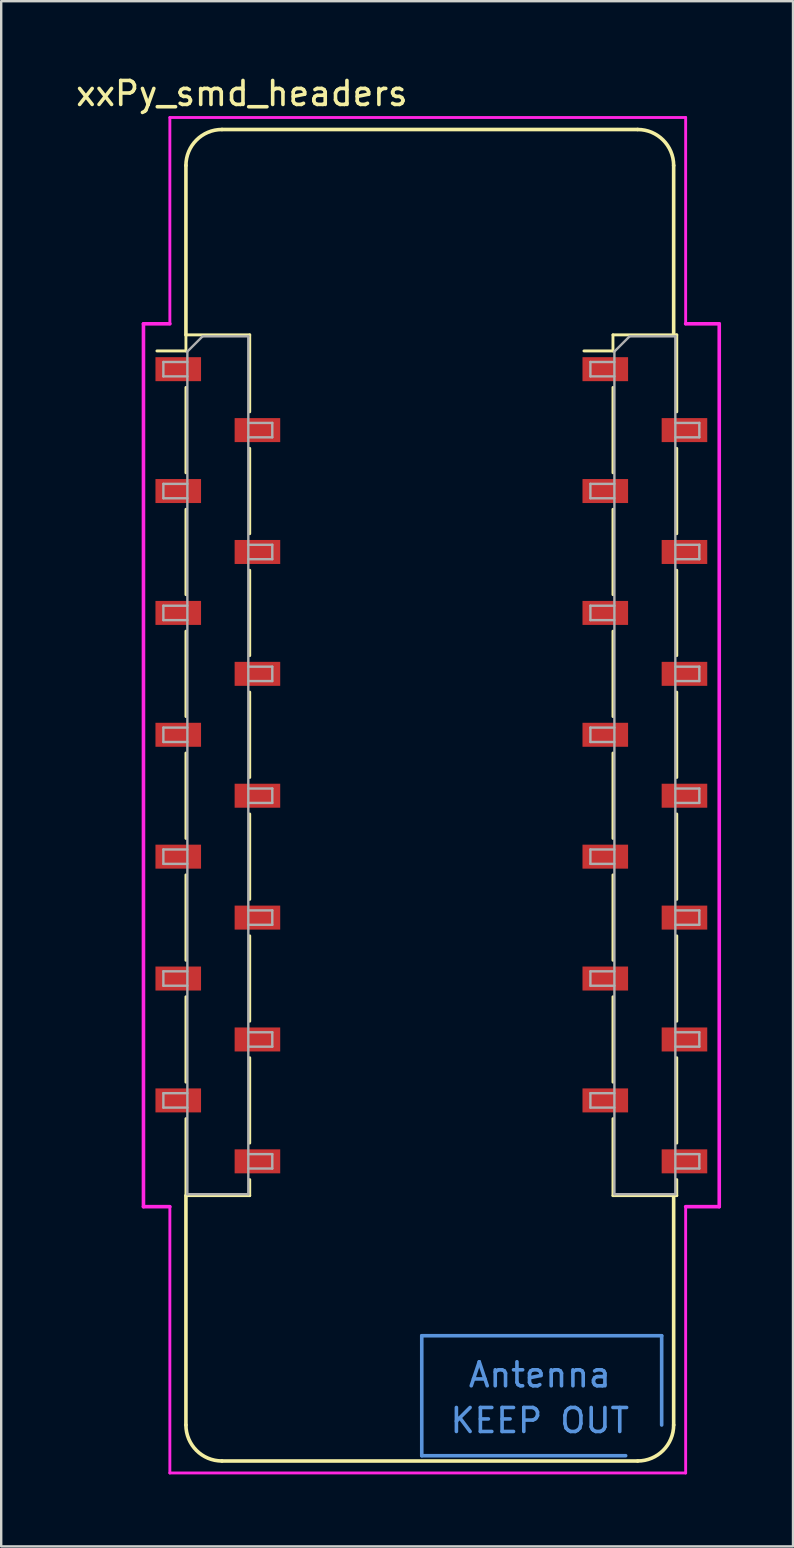
<source format=kicad_pcb>
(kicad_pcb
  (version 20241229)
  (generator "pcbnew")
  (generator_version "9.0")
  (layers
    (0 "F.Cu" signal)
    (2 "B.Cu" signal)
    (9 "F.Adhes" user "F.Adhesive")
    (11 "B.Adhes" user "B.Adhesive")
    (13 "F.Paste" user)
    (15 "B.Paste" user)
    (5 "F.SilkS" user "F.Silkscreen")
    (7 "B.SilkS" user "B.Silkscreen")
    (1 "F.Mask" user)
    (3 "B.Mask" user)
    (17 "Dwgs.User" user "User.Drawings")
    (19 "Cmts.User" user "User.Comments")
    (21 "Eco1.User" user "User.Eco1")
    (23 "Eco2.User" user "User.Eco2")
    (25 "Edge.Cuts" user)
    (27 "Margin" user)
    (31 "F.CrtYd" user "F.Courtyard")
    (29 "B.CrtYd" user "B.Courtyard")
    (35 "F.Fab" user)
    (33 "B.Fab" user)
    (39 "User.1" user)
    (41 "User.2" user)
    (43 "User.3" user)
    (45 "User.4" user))
  (footprint "xxPy_smd_headers"
    (layer "F.Cu")
    (at 15.53 31.848)
    (property "Reference" "xxPy_smd_headers" (at -8.5 -31 0) (layer "F.SilkS") (effects (font (size 1 1) (thickness 0.15))))
    (attr through_hole)
    (fp_line (start -12.04 -20.27) (end -10.83 -20.27) (stroke (width 0.12) (type solid)) (layer "F.SilkS"))
    (fp_line (start -10.83 -28) (end -10.83 -20.94) (stroke (width 0.15) (type solid)) (layer "F.SilkS"))
    (fp_line (start -10.83 -20.94) (end -10.83 -20.27) (stroke (width 0.12) (type solid)) (layer "F.SilkS"))
    (fp_line (start -10.83 -20.94) (end -8.17 -20.94) (stroke (width 0.12) (type solid)) (layer "F.SilkS"))
    (fp_line (start -10.83 -18.75) (end -10.83 -15.19) (stroke (width 0.12) (type solid)) (layer "F.SilkS"))
    (fp_line (start -10.83 -13.67) (end -10.83 -10.11) (stroke (width 0.12) (type solid)) (layer "F.SilkS"))
    (fp_line (start -10.83 -8.59) (end -10.83 -5.03) (stroke (width 0.12) (type solid)) (layer "F.SilkS"))
    (fp_line (start -10.83 -3.51) (end -10.83 0.05) (stroke (width 0.12) (type solid)) (layer "F.SilkS"))
    (fp_line (start -10.83 1.57) (end -10.83 5.13) (stroke (width 0.12) (type solid)) (layer "F.SilkS"))
    (fp_line (start -10.83 6.65) (end -10.83 10.21) (stroke (width 0.12) (type solid)) (layer "F.SilkS"))
    (fp_line (start -10.83 11.73) (end -10.83 14.94) (stroke (width 0.12) (type solid)) (layer "F.SilkS"))
    (fp_line (start -10.83 14.94) (end -8.17 14.94) (stroke (width 0.12) (type solid)) (layer "F.SilkS"))
    (fp_line (start -10.83 24.5) (end -10.83 14.94) (stroke (width 0.15) (type solid)) (layer "F.SilkS"))
    (fp_line (start -9.33 -29.5) (end 8 -29.5) (stroke (width 0.15) (type solid)) (layer "F.SilkS"))
    (fp_line (start -8.17 -20.94) (end -8.17 -17.73) (stroke (width 0.12) (type solid)) (layer "F.SilkS"))
    (fp_line (start -8.17 -16.21) (end -8.17 -12.65) (stroke (width 0.12) (type solid)) (layer "F.SilkS"))
    (fp_line (start -8.17 -11.13) (end -8.17 -7.57) (stroke (width 0.12) (type solid)) (layer "F.SilkS"))
    (fp_line (start -8.17 -6.05) (end -8.17 -2.49) (stroke (width 0.12) (type solid)) (layer "F.SilkS"))
    (fp_line (start -8.17 -0.97) (end -8.17 2.59) (stroke (width 0.12) (type solid)) (layer "F.SilkS"))
    (fp_line (start -8.17 4.11) (end -8.17 7.67) (stroke (width 0.12) (type solid)) (layer "F.SilkS"))
    (fp_line (start -8.17 9.19) (end -8.17 12.75) (stroke (width 0.12) (type solid)) (layer "F.SilkS"))
    (fp_line (start -8.17 14.27) (end -8.17 14.94) (stroke (width 0.12) (type solid)) (layer "F.SilkS"))
    (fp_line (start 5.76 -20.27) (end 6.97 -20.27) (stroke (width 0.12) (type solid)) (layer "F.SilkS"))
    (fp_line (start 6.97 -20.94) (end 6.97 -20.27) (stroke (width 0.12) (type solid)) (layer "F.SilkS"))
    (fp_line (start 6.97 -20.94) (end 9.63 -20.94) (stroke (width 0.12) (type solid)) (layer "F.SilkS"))
    (fp_line (start 6.97 -18.75) (end 6.97 -15.19) (stroke (width 0.12) (type solid)) (layer "F.SilkS"))
    (fp_line (start 6.97 -13.67) (end 6.97 -10.11) (stroke (width 0.12) (type solid)) (layer "F.SilkS"))
    (fp_line (start 6.97 -8.59) (end 6.97 -5.03) (stroke (width 0.12) (type solid)) (layer "F.SilkS"))
    (fp_line (start 6.97 -3.51) (end 6.97 0.05) (stroke (width 0.12) (type solid)) (layer "F.SilkS"))
    (fp_line (start 6.97 1.57) (end 6.97 5.13) (stroke (width 0.12) (type solid)) (layer "F.SilkS"))
    (fp_line (start 6.97 6.65) (end 6.97 10.21) (stroke (width 0.12) (type solid)) (layer "F.SilkS"))
    (fp_line (start 6.97 11.73) (end 6.97 14.94) (stroke (width 0.12) (type solid)) (layer "F.SilkS"))
    (fp_line (start 6.97 14.94) (end 9.63 14.94) (stroke (width 0.12) (type solid)) (layer "F.SilkS"))
    (fp_line (start 8 26) (end -9.33 26) (stroke (width 0.15) (type solid)) (layer "F.SilkS"))
    (fp_line (start 9.5 -28) (end 9.5 -21) (stroke (width 0.15) (type solid)) (layer "F.SilkS"))
    (fp_line (start 9.5 15) (end 9.5 24.5) (stroke (width 0.15) (type solid)) (layer "F.SilkS"))
    (fp_line (start 9.63 -20.94) (end 9.63 -17.73) (stroke (width 0.12) (type solid)) (layer "F.SilkS"))
    (fp_line (start 9.63 -16.21) (end 9.63 -12.65) (stroke (width 0.12) (type solid)) (layer "F.SilkS"))
    (fp_line (start 9.63 -11.13) (end 9.63 -7.57) (stroke (width 0.12) (type solid)) (layer "F.SilkS"))
    (fp_line (start 9.63 -6.05) (end 9.63 -2.49) (stroke (width 0.12) (type solid)) (layer "F.SilkS"))
    (fp_line (start 9.63 -0.97) (end 9.63 2.59) (stroke (width 0.12) (type solid)) (layer "F.SilkS"))
    (fp_line (start 9.63 4.11) (end 9.63 7.67) (stroke (width 0.12) (type solid)) (layer "F.SilkS"))
    (fp_line (start 9.63 9.19) (end 9.63 12.75) (stroke (width 0.12) (type solid)) (layer "F.SilkS"))
    (fp_line (start 9.63 14.27) (end 9.63 14.94) (stroke (width 0.12) (type solid)) (layer "F.SilkS"))
    (fp_arc (start -10.83 -28) (mid -10.39066 -29.06066) (end -9.33 -29.5) (stroke (width 0.15) (type solid)) (layer "F.SilkS"))
    (fp_arc (start -9.33 26) (mid -10.39066 25.56066) (end -10.83 24.5) (stroke (width 0.15) (type solid)) (layer "F.SilkS"))
    (fp_arc (start 8 -29.5) (mid 9.06066 -29.06066) (end 9.5 -28) (stroke (width 0.15) (type solid)) (layer "F.SilkS"))
    (fp_arc (start 9.5 24.5) (mid 9.06066 25.56066) (end 8 26) (stroke (width 0.15) (type solid)) (layer "F.SilkS"))
    (fp_line (start -1 20.78) (end -1 25.78) (stroke (width 0.15) (type solid)) (layer "Cmts.User"))
    (fp_line (start -1 25.78) (end 7.5 25.78) (stroke (width 0.15) (type solid)) (layer "Cmts.User"))
    (fp_line (start 9 20.78) (end -1 20.78) (stroke (width 0.15) (type solid)) (layer "Cmts.User"))
    (fp_line (start 9 24.5) (end 9 20.78) (stroke (width 0.15) (type solid)) (layer "Cmts.User"))
    (fp_line (start -12.6 -21.4) (end -11.5 -21.4) (stroke (width 0.15) (type solid)) (layer "F.CrtYd"))
    (fp_line (start -12.6 15.4) (end -12.6 -21.4) (stroke (width 0.15) (type solid)) (layer "F.CrtYd"))
    (fp_line (start -11.5 -30) (end 10 -30) (stroke (width 0.12) (type solid)) (layer "F.CrtYd"))
    (fp_line (start -11.5 -21.4) (end -11.5 -30) (stroke (width 0.12) (type solid)) (layer "F.CrtYd"))
    (fp_line (start -11.5 15.4) (end -12.6 15.4) (stroke (width 0.15) (type solid)) (layer "F.CrtYd"))
    (fp_line (start -11.5 15.4) (end -11.5 26.5) (stroke (width 0.12) (type solid)) (layer "F.CrtYd"))
    (fp_line (start -11.5 26.5) (end 10 26.5) (stroke (width 0.12) (type solid)) (layer "F.CrtYd"))
    (fp_line (start 10 -30) (end 10 -21.4) (stroke (width 0.12) (type solid)) (layer "F.CrtYd"))
    (fp_line (start 10 -21.4) (end 11.4 -21.4) (stroke (width 0.15) (type solid)) (layer "F.CrtYd"))
    (fp_line (start 10 26.5) (end 10 15.4) (stroke (width 0.12) (type solid)) (layer "F.CrtYd"))
    (fp_line (start 11.4 -21.4) (end 11.4 15.4) (stroke (width 0.15) (type solid)) (layer "F.CrtYd"))
    (fp_line (start 11.4 15.4) (end 10 15.4) (stroke (width 0.15) (type solid)) (layer "F.CrtYd"))
    (fp_line (start -11.77 -19.81) (end -10.77 -19.81) (stroke (width 0.1) (type solid)) (layer "F.Fab"))
    (fp_line (start -11.77 -19.21) (end -11.77 -19.81) (stroke (width 0.1) (type solid)) (layer "F.Fab"))
    (fp_line (start -11.77 -14.73) (end -10.77 -14.73) (stroke (width 0.1) (type solid)) (layer "F.Fab"))
    (fp_line (start -11.77 -14.13) (end -11.77 -14.73) (stroke (width 0.1) (type solid)) (layer "F.Fab"))
    (fp_line (start -11.77 -9.65) (end -10.77 -9.65) (stroke (width 0.1) (type solid)) (layer "F.Fab"))
    (fp_line (start -11.77 -9.05) (end -11.77 -9.65) (stroke (width 0.1) (type solid)) (layer "F.Fab"))
    (fp_line (start -11.77 -4.57) (end -10.77 -4.57) (stroke (width 0.1) (type solid)) (layer "F.Fab"))
    (fp_line (start -11.77 -3.97) (end -11.77 -4.57) (stroke (width 0.1) (type solid)) (layer "F.Fab"))
    (fp_line (start -11.77 0.51) (end -10.77 0.51) (stroke (width 0.1) (type solid)) (layer "F.Fab"))
    (fp_line (start -11.77 1.11) (end -11.77 0.51) (stroke (width 0.1) (type solid)) (layer "F.Fab"))
    (fp_line (start -11.77 5.59) (end -10.77 5.59) (stroke (width 0.1) (type solid)) (layer "F.Fab"))
    (fp_line (start -11.77 6.19) (end -11.77 5.59) (stroke (width 0.1) (type solid)) (layer "F.Fab"))
    (fp_line (start -11.77 10.67) (end -10.77 10.67) (stroke (width 0.1) (type solid)) (layer "F.Fab"))
    (fp_line (start -11.77 11.27) (end -11.77 10.67) (stroke (width 0.1) (type solid)) (layer "F.Fab"))
    (fp_line (start -10.77 -20.245) (end -10.135 -20.88) (stroke (width 0.1) (type solid)) (layer "F.Fab"))
    (fp_line (start -10.77 -19.21) (end -11.77 -19.21) (stroke (width 0.1) (type solid)) (layer "F.Fab"))
    (fp_line (start -10.77 -14.13) (end -11.77 -14.13) (stroke (width 0.1) (type solid)) (layer "F.Fab"))
    (fp_line (start -10.77 -9.05) (end -11.77 -9.05) (stroke (width 0.1) (type solid)) (layer "F.Fab"))
    (fp_line (start -10.77 -3.97) (end -11.77 -3.97) (stroke (width 0.1) (type solid)) (layer "F.Fab"))
    (fp_line (start -10.77 1.11) (end -11.77 1.11) (stroke (width 0.1) (type solid)) (layer "F.Fab"))
    (fp_line (start -10.77 6.19) (end -11.77 6.19) (stroke (width 0.1) (type solid)) (layer "F.Fab"))
    (fp_line (start -10.77 11.27) (end -11.77 11.27) (stroke (width 0.1) (type solid)) (layer "F.Fab"))
    (fp_line (start -10.77 14.88) (end -10.77 -20.245) (stroke (width 0.1) (type solid)) (layer "F.Fab"))
    (fp_line (start -10.135 -20.88) (end -8.23 -20.88) (stroke (width 0.1) (type solid)) (layer "F.Fab"))
    (fp_line (start -8.23 -20.88) (end -8.23 14.88) (stroke (width 0.1) (type solid)) (layer "F.Fab"))
    (fp_line (start -8.23 -17.27) (end -7.23 -17.27) (stroke (width 0.1) (type solid)) (layer "F.Fab"))
    (fp_line (start -8.23 -12.19) (end -7.23 -12.19) (stroke (width 0.1) (type solid)) (layer "F.Fab"))
    (fp_line (start -8.23 -7.11) (end -7.23 -7.11) (stroke (width 0.1) (type solid)) (layer "F.Fab"))
    (fp_line (start -8.23 -2.03) (end -7.23 -2.03) (stroke (width 0.1) (type solid)) (layer "F.Fab"))
    (fp_line (start -8.23 3.05) (end -7.23 3.05) (stroke (width 0.1) (type solid)) (layer "F.Fab"))
    (fp_line (start -8.23 8.13) (end -7.23 8.13) (stroke (width 0.1) (type solid)) (layer "F.Fab"))
    (fp_line (start -8.23 13.21) (end -7.23 13.21) (stroke (width 0.1) (type solid)) (layer "F.Fab"))
    (fp_line (start -8.23 14.88) (end -10.77 14.88) (stroke (width 0.1) (type solid)) (layer "F.Fab"))
    (fp_line (start -7.23 -17.27) (end -7.23 -16.67) (stroke (width 0.1) (type solid)) (layer "F.Fab"))
    (fp_line (start -7.23 -16.67) (end -8.23 -16.67) (stroke (width 0.1) (type solid)) (layer "F.Fab"))
    (fp_line (start -7.23 -12.19) (end -7.23 -11.59) (stroke (width 0.1) (type solid)) (layer "F.Fab"))
    (fp_line (start -7.23 -11.59) (end -8.23 -11.59) (stroke (width 0.1) (type solid)) (layer "F.Fab"))
    (fp_line (start -7.23 -7.11) (end -7.23 -6.51) (stroke (width 0.1) (type solid)) (layer "F.Fab"))
    (fp_line (start -7.23 -6.51) (end -8.23 -6.51) (stroke (width 0.1) (type solid)) (layer "F.Fab"))
    (fp_line (start -7.23 -2.03) (end -7.23 -1.43) (stroke (width 0.1) (type solid)) (layer "F.Fab"))
    (fp_line (start -7.23 -1.43) (end -8.23 -1.43) (stroke (width 0.1) (type solid)) (layer "F.Fab"))
    (fp_line (start -7.23 3.05) (end -7.23 3.65) (stroke (width 0.1) (type solid)) (layer "F.Fab"))
    (fp_line (start -7.23 3.65) (end -8.23 3.65) (stroke (width 0.1) (type solid)) (layer "F.Fab"))
    (fp_line (start -7.23 8.13) (end -7.23 8.73) (stroke (width 0.1) (type solid)) (layer "F.Fab"))
    (fp_line (start -7.23 8.73) (end -8.23 8.73) (stroke (width 0.1) (type solid)) (layer "F.Fab"))
    (fp_line (start -7.23 13.21) (end -7.23 13.81) (stroke (width 0.1) (type solid)) (layer "F.Fab"))
    (fp_line (start -7.23 13.81) (end -8.23 13.81) (stroke (width 0.1) (type solid)) (layer "F.Fab"))
    (fp_line (start 6.03 -19.81) (end 7.03 -19.81) (stroke (width 0.1) (type solid)) (layer "F.Fab"))
    (fp_line (start 6.03 -19.21) (end 6.03 -19.81) (stroke (width 0.1) (type solid)) (layer "F.Fab"))
    (fp_line (start 6.03 -14.73) (end 7.03 -14.73) (stroke (width 0.1) (type solid)) (layer "F.Fab"))
    (fp_line (start 6.03 -14.13) (end 6.03 -14.73) (stroke (width 0.1) (type solid)) (layer "F.Fab"))
    (fp_line (start 6.03 -9.65) (end 7.03 -9.65) (stroke (width 0.1) (type solid)) (layer "F.Fab"))
    (fp_line (start 6.03 -9.05) (end 6.03 -9.65) (stroke (width 0.1) (type solid)) (layer "F.Fab"))
    (fp_line (start 6.03 -4.57) (end 7.03 -4.57) (stroke (width 0.1) (type solid)) (layer "F.Fab"))
    (fp_line (start 6.03 -3.97) (end 6.03 -4.57) (stroke (width 0.1) (type solid)) (layer "F.Fab"))
    (fp_line (start 6.03 0.51) (end 7.03 0.51) (stroke (width 0.1) (type solid)) (layer "F.Fab"))
    (fp_line (start 6.03 1.11) (end 6.03 0.51) (stroke (width 0.1) (type solid)) (layer "F.Fab"))
    (fp_line (start 6.03 5.59) (end 7.03 5.59) (stroke (width 0.1) (type solid)) (layer "F.Fab"))
    (fp_line (start 6.03 6.19) (end 6.03 5.59) (stroke (width 0.1) (type solid)) (layer "F.Fab"))
    (fp_line (start 6.03 10.67) (end 7.03 10.67) (stroke (width 0.1) (type solid)) (layer "F.Fab"))
    (fp_line (start 6.03 11.27) (end 6.03 10.67) (stroke (width 0.1) (type solid)) (layer "F.Fab"))
    (fp_line (start 7.03 -20.245) (end 7.665 -20.88) (stroke (width 0.1) (type solid)) (layer "F.Fab"))
    (fp_line (start 7.03 -19.21) (end 6.03 -19.21) (stroke (width 0.1) (type solid)) (layer "F.Fab"))
    (fp_line (start 7.03 -14.13) (end 6.03 -14.13) (stroke (width 0.1) (type solid)) (layer "F.Fab"))
    (fp_line (start 7.03 -9.05) (end 6.03 -9.05) (stroke (width 0.1) (type solid)) (layer "F.Fab"))
    (fp_line (start 7.03 -3.97) (end 6.03 -3.97) (stroke (width 0.1) (type solid)) (layer "F.Fab"))
    (fp_line (start 7.03 1.11) (end 6.03 1.11) (stroke (width 0.1) (type solid)) (layer "F.Fab"))
    (fp_line (start 7.03 6.19) (end 6.03 6.19) (stroke (width 0.1) (type solid)) (layer "F.Fab"))
    (fp_line (start 7.03 11.27) (end 6.03 11.27) (stroke (width 0.1) (type solid)) (layer "F.Fab"))
    (fp_line (start 7.03 14.88) (end 7.03 -20.245) (stroke (width 0.1) (type solid)) (layer "F.Fab"))
    (fp_line (start 7.665 -20.88) (end 9.57 -20.88) (stroke (width 0.1) (type solid)) (layer "F.Fab"))
    (fp_line (start 9.57 -20.88) (end 9.57 14.88) (stroke (width 0.1) (type solid)) (layer "F.Fab"))
    (fp_line (start 9.57 -17.27) (end 10.57 -17.27) (stroke (width 0.1) (type solid)) (layer "F.Fab"))
    (fp_line (start 9.57 -12.19) (end 10.57 -12.19) (stroke (width 0.1) (type solid)) (layer "F.Fab"))
    (fp_line (start 9.57 -7.11) (end 10.57 -7.11) (stroke (width 0.1) (type solid)) (layer "F.Fab"))
    (fp_line (start 9.57 -2.03) (end 10.57 -2.03) (stroke (width 0.1) (type solid)) (layer "F.Fab"))
    (fp_line (start 9.57 3.05) (end 10.57 3.05) (stroke (width 0.1) (type solid)) (layer "F.Fab"))
    (fp_line (start 9.57 8.13) (end 10.57 8.13) (stroke (width 0.1) (type solid)) (layer "F.Fab"))
    (fp_line (start 9.57 13.21) (end 10.57 13.21) (stroke (width 0.1) (type solid)) (layer "F.Fab"))
    (fp_line (start 9.57 14.88) (end 7.03 14.88) (stroke (width 0.1) (type solid)) (layer "F.Fab"))
    (fp_line (start 10.57 -17.27) (end 10.57 -16.67) (stroke (width 0.1) (type solid)) (layer "F.Fab"))
    (fp_line (start 10.57 -16.67) (end 9.57 -16.67) (stroke (width 0.1) (type solid)) (layer "F.Fab"))
    (fp_line (start 10.57 -12.19) (end 10.57 -11.59) (stroke (width 0.1) (type solid)) (layer "F.Fab"))
    (fp_line (start 10.57 -11.59) (end 9.57 -11.59) (stroke (width 0.1) (type solid)) (layer "F.Fab"))
    (fp_line (start 10.57 -7.11) (end 10.57 -6.51) (stroke (width 0.1) (type solid)) (layer "F.Fab"))
    (fp_line (start 10.57 -6.51) (end 9.57 -6.51) (stroke (width 0.1) (type solid)) (layer "F.Fab"))
    (fp_line (start 10.57 -2.03) (end 10.57 -1.43) (stroke (width 0.1) (type solid)) (layer "F.Fab"))
    (fp_line (start 10.57 -1.43) (end 9.57 -1.43) (stroke (width 0.1) (type solid)) (layer "F.Fab"))
    (fp_line (start 10.57 3.05) (end 10.57 3.65) (stroke (width 0.1) (type solid)) (layer "F.Fab"))
    (fp_line (start 10.57 3.65) (end 9.57 3.65) (stroke (width 0.1) (type solid)) (layer "F.Fab"))
    (fp_line (start 10.57 8.13) (end 10.57 8.73) (stroke (width 0.1) (type solid)) (layer "F.Fab"))
    (fp_line (start 10.57 8.73) (end 9.57 8.73) (stroke (width 0.1) (type solid)) (layer "F.Fab"))
    (fp_line (start 10.57 13.21) (end 10.57 13.81) (stroke (width 0.1) (type solid)) (layer "F.Fab"))
    (fp_line (start 10.57 13.81) (end 9.57 13.81) (stroke (width 0.1) (type solid)) (layer "F.Fab"))
    (fp_text user "Antenna" (at 3.92 22.41 0) (layer "Cmts.User") (effects (font (size 1 1) (thickness 0.15))))
    (fp_text user "KEEP OUT" (at 3.92 24.315 0) (layer "Cmts.User") (effects (font (size 1 1) (thickness 0.15))))
    (pad "1" smd rect (at -11.15 -19.51) (size 1.9 1) (layers "F.Cu" "F.Mask" "F.Paste"))
    (pad "2" smd rect (at -7.85 -16.97) (size 1.9 1) (layers "F.Cu" "F.Mask" "F.Paste"))
    (pad "3" smd rect (at -11.15 -14.43) (size 1.9 1) (layers "F.Cu" "F.Mask" "F.Paste"))
    (pad "4" smd rect (at -7.85 -11.89) (size 1.9 1) (layers "F.Cu" "F.Mask" "F.Paste"))
    (pad "5" smd rect (at -11.15 -9.35) (size 1.9 1) (layers "F.Cu" "F.Mask" "F.Paste"))
    (pad "6" smd rect (at -7.85 -6.81) (size 1.9 1) (layers "F.Cu" "F.Mask" "F.Paste"))
    (pad "7" smd rect (at -11.15 -4.27) (size 1.9 1) (layers "F.Cu" "F.Mask" "F.Paste"))
    (pad "8" smd rect (at -7.85 -1.73) (size 1.9 1) (layers "F.Cu" "F.Mask" "F.Paste"))
    (pad "9" smd rect (at -11.15 0.81) (size 1.9 1) (layers "F.Cu" "F.Mask" "F.Paste"))
    (pad "10" smd rect (at -7.85 3.35) (size 1.9 1) (layers "F.Cu" "F.Mask" "F.Paste"))
    (pad "11" smd rect (at -11.15 5.89) (size 1.9 1) (layers "F.Cu" "F.Mask" "F.Paste"))
    (pad "12" smd rect (at -7.85 8.43) (size 1.9 1) (layers "F.Cu" "F.Mask" "F.Paste"))
    (pad "13" smd rect (at -11.15 10.97) (size 1.9 1) (layers "F.Cu" "F.Mask" "F.Paste"))
    (pad "14" smd rect (at -7.85 13.51) (size 1.9 1) (layers "F.Cu" "F.Mask" "F.Paste"))
    (pad "15" smd rect (at 9.95 13.51) (size 1.9 1) (layers "F.Cu" "F.Mask" "F.Paste"))
    (pad "16" smd rect (at 6.65 10.97) (size 1.9 1) (layers "F.Cu" "F.Mask" "F.Paste"))
    (pad "17" smd rect (at 9.95 8.43) (size 1.9 1) (layers "F.Cu" "F.Mask" "F.Paste"))
    (pad "18" smd rect (at 6.65 5.89) (size 1.9 1) (layers "F.Cu" "F.Mask" "F.Paste"))
    (pad "19" smd rect (at 9.95 3.35) (size 1.9 1) (layers "F.Cu" "F.Mask" "F.Paste"))
    (pad "20" smd rect (at 6.65 0.81) (size 1.9 1) (layers "F.Cu" "F.Mask" "F.Paste"))
    (pad "21" smd rect (at 9.95 -1.73) (size 1.9 1) (layers "F.Cu" "F.Mask" "F.Paste"))
    (pad "22" smd rect (at 6.65 -4.27) (size 1.9 1) (layers "F.Cu" "F.Mask" "F.Paste"))
    (pad "23" smd rect (at 9.95 -6.81) (size 1.9 1) (layers "F.Cu" "F.Mask" "F.Paste"))
    (pad "24" smd rect (at 6.65 -9.35) (size 1.9 1) (layers "F.Cu" "F.Mask" "F.Paste"))
    (pad "25" smd rect (at 9.95 -11.89) (size 1.9 1) (layers "F.Cu" "F.Mask" "F.Paste"))
    (pad "26" smd rect (at 6.65 -14.43) (size 1.9 1) (layers "F.Cu" "F.Mask" "F.Paste"))
    (pad "27" smd rect (at 9.95 -16.97) (size 1.9 1) (layers "F.Cu" "F.Mask" "F.Paste"))
    (pad "28" smd rect (at 6.65 -19.51) (size 1.9 1) (layers "F.Cu" "F.Mask" "F.Paste")))
  (gr_rect
    (start -3 -3)
    (end 30.005 61.408)
    (stroke (width 0.1) (type default))
    (fill no)
    (layer "Edge.Cuts")))
</source>
